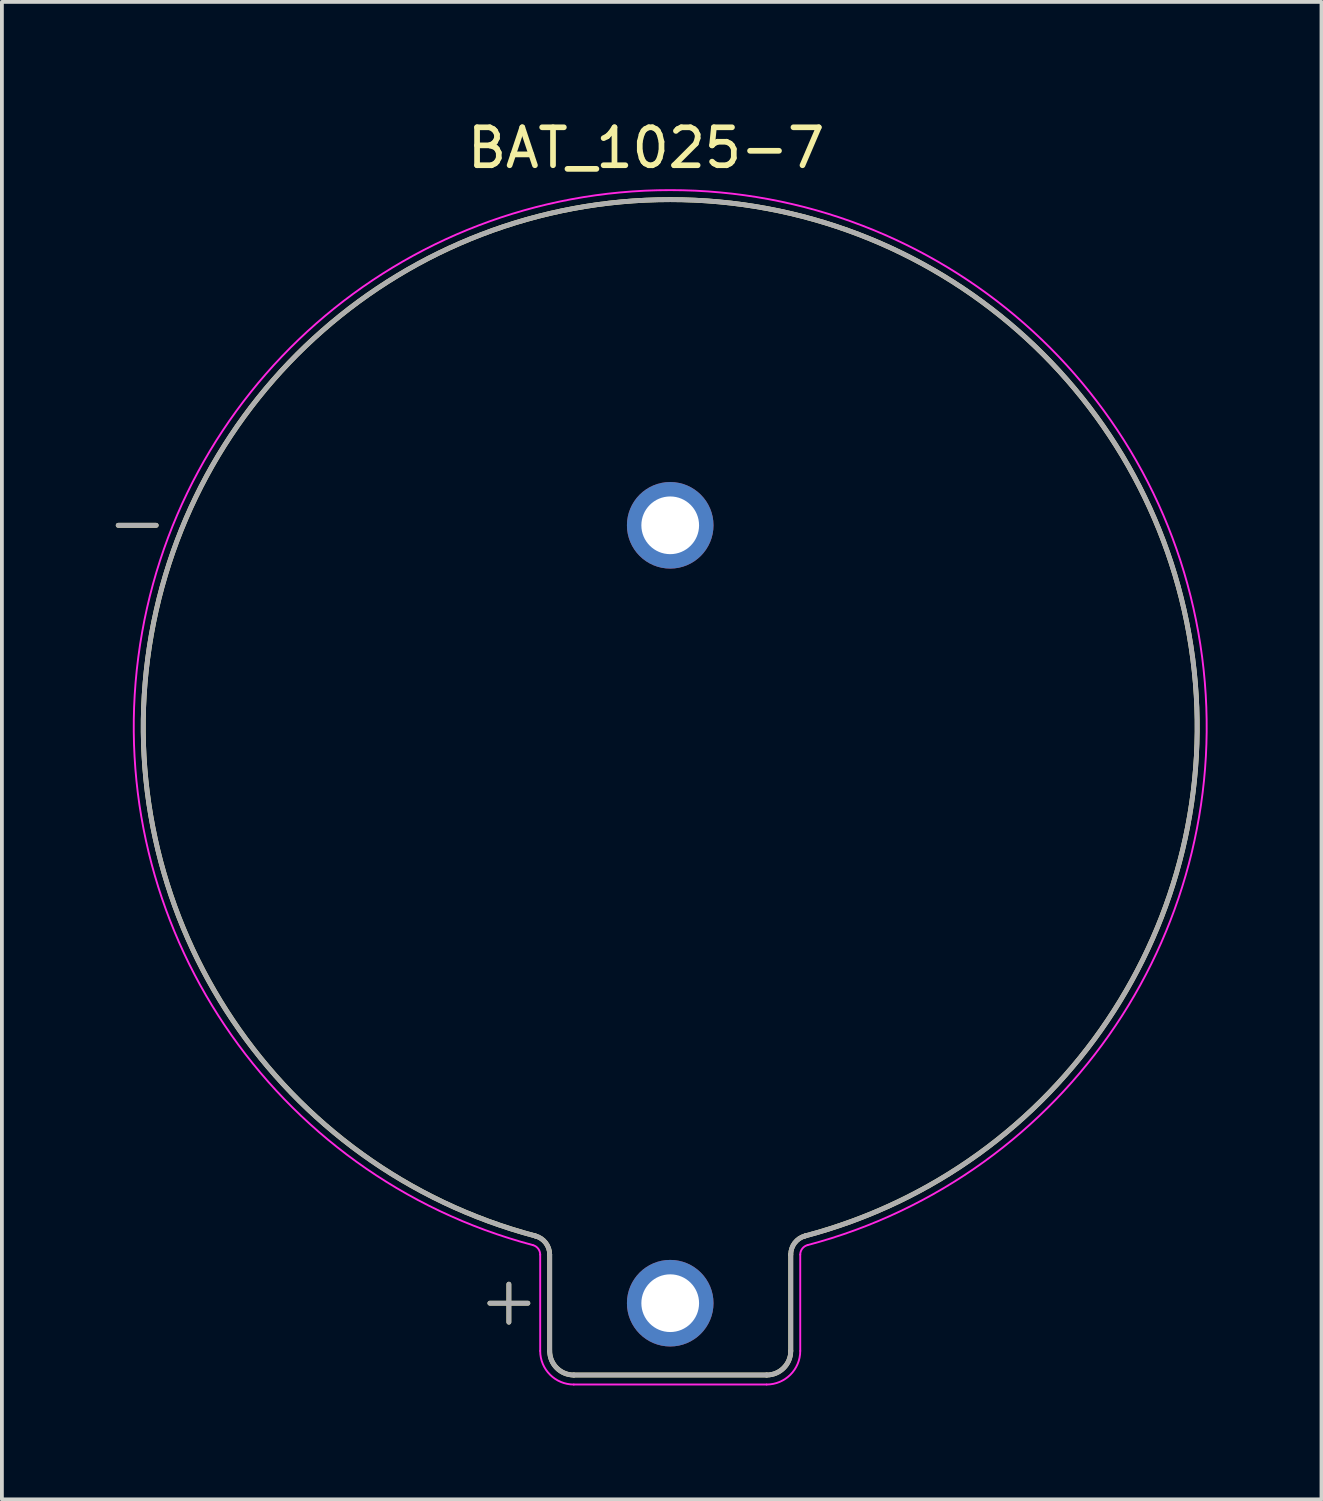
<source format=kicad_pcb>
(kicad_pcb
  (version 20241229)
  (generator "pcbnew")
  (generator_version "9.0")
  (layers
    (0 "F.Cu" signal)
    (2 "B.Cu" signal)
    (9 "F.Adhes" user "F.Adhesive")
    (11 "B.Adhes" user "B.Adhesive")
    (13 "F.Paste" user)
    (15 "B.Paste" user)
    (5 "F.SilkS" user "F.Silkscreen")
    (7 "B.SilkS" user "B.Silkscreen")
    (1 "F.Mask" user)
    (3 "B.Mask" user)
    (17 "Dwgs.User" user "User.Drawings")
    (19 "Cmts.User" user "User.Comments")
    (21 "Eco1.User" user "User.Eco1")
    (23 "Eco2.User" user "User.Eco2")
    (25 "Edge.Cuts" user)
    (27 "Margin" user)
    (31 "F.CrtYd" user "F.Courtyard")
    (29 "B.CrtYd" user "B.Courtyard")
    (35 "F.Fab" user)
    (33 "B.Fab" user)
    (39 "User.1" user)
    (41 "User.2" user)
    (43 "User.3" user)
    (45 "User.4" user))
  (footprint "BAT_1025-7"
    (layer "F.Cu")
    (at 14.604 16.088)
    (property "Reference" "BAT_1025-7" (at -0.635 -15.24 0) (layer "F.SilkS") (effects (font (size 1 1) (thickness 0.15))))
    (attr through_hole)
    (fp_line (start -14.54 -5.301) (end -13.54 -5.301) (stroke (width 0.127) (type solid)) (layer "F.SilkS"))
    (fp_line (start -4.75 15.189) (end -3.75 15.189) (stroke (width 0.127) (type solid)) (layer "F.SilkS"))
    (fp_line (start -4.25 14.689) (end -4.25 15.689) (stroke (width 0.127) (type solid)) (layer "F.SilkS"))
    (fp_line (start -3.175 13.91) (end -3.175 16.447) (stroke (width 0.127) (type solid)) (layer "F.SilkS"))
    (fp_line (start -2.54 17.081) (end 2.54 17.081) (stroke (width 0.127) (type solid)) (layer "F.SilkS"))
    (fp_line (start 3.175 13.91) (end 3.175 16.447) (stroke (width 0.127) (type solid)) (layer "F.SilkS"))
    (fp_arc (start -3.55402 13.4173) (mid -3.280724 13.599069) (end -3.175 13.9098) (stroke (width 0.127) (type solid)) (layer "F.SilkS"))
    (fp_arc (start -3.55402 13.4173) (mid 0 -13.879992) (end 3.55402 13.4173) (stroke (width 0.127) (type solid)) (layer "F.SilkS"))
    (fp_arc (start -2.54 17.0815) (mid -2.989013 16.895513) (end -3.175 16.4465) (stroke (width 0.127) (type solid)) (layer "F.SilkS"))
    (fp_arc (start 3.175 13.9098) (mid 3.280723 13.599069) (end 3.55402 13.4173) (stroke (width 0.127) (type solid)) (layer "F.SilkS"))
    (fp_arc (start 3.175 16.4465) (mid 2.989013 16.895513) (end 2.54 17.0815) (stroke (width 0.127) (type solid)) (layer "F.SilkS"))
    (fp_line (start -3.425 13.91) (end -3.425 16.447) (stroke (width 0.05) (type solid)) (layer "F.CrtYd"))
    (fp_line (start -2.54 17.331) (end 2.54 17.331) (stroke (width 0.05) (type solid)) (layer "F.CrtYd"))
    (fp_line (start 3.425 13.91) (end 3.425 16.447) (stroke (width 0.05) (type solid)) (layer "F.CrtYd"))
    (fp_arc (start -3.61804 13.6589) (mid -3.478835 13.751508) (end -3.425 13.9098) (stroke (width 0.05) (type solid)) (layer "F.CrtYd"))
    (fp_arc (start -3.61804 13.6589) (mid 0 -14.130109) (end 3.61804 13.6589) (stroke (width 0.05) (type solid)) (layer "F.CrtYd"))
    (fp_arc (start -2.54 17.3315) (mid -3.16579 17.07229) (end -3.425 16.4465) (stroke (width 0.05) (type solid)) (layer "F.CrtYd"))
    (fp_arc (start 3.425 13.9098) (mid 3.478835 13.751509) (end 3.61804 13.6589) (stroke (width 0.05) (type solid)) (layer "F.CrtYd"))
    (fp_arc (start 3.425 16.4465) (mid 3.16579 17.07229) (end 2.54 17.3315) (stroke (width 0.05) (type solid)) (layer "F.CrtYd"))
    (fp_line (start -14.54 -5.301) (end -13.54 -5.301) (stroke (width 0.127) (type solid)) (layer "F.Fab"))
    (fp_line (start -4.75 15.189) (end -3.75 15.189) (stroke (width 0.127) (type solid)) (layer "F.Fab"))
    (fp_line (start -4.25 14.689) (end -4.25 15.689) (stroke (width 0.127) (type solid)) (layer "F.Fab"))
    (fp_line (start -3.175 13.91) (end -3.175 16.447) (stroke (width 0.127) (type solid)) (layer "F.Fab"))
    (fp_line (start -2.54 17.081) (end 2.54 17.081) (stroke (width 0.127) (type solid)) (layer "F.Fab"))
    (fp_line (start 3.175 13.91) (end 3.175 16.447) (stroke (width 0.127) (type solid)) (layer "F.Fab"))
    (fp_arc (start -3.55402 13.4173) (mid -3.280724 13.599069) (end -3.175 13.9098) (stroke (width 0.127) (type solid)) (layer "F.Fab"))
    (fp_arc (start -3.55402 13.4173) (mid 0 -13.879992) (end 3.55402 13.4173) (stroke (width 0.127) (type solid)) (layer "F.Fab"))
    (fp_arc (start -2.54 17.0815) (mid -2.989013 16.895513) (end -3.175 16.4465) (stroke (width 0.127) (type solid)) (layer "F.Fab"))
    (fp_arc (start 3.175 13.9098) (mid 3.280723 13.599069) (end 3.55402 13.4173) (stroke (width 0.127) (type solid)) (layer "F.Fab"))
    (fp_arc (start 3.175 16.4465) (mid 2.989013 16.895513) (end 2.54 17.0815) (stroke (width 0.127) (type solid)) (layer "F.Fab"))
    (pad "N" thru_hole circle (at 0 -5.301) (size 2.28 2.28) (drill 1.52) (layers "*.Cu" "*.Mask"))
    (pad "P" thru_hole circle (at 0 15.189) (size 2.28 2.28) (drill 1.52) (layers "*.Cu" "*.Mask")))
  (gr_rect
    (start -3 -3)
    (end 31.759 36.445)
    (stroke (width 0.1) (type default))
    (fill no)
    (layer "Edge.Cuts")))
</source>
